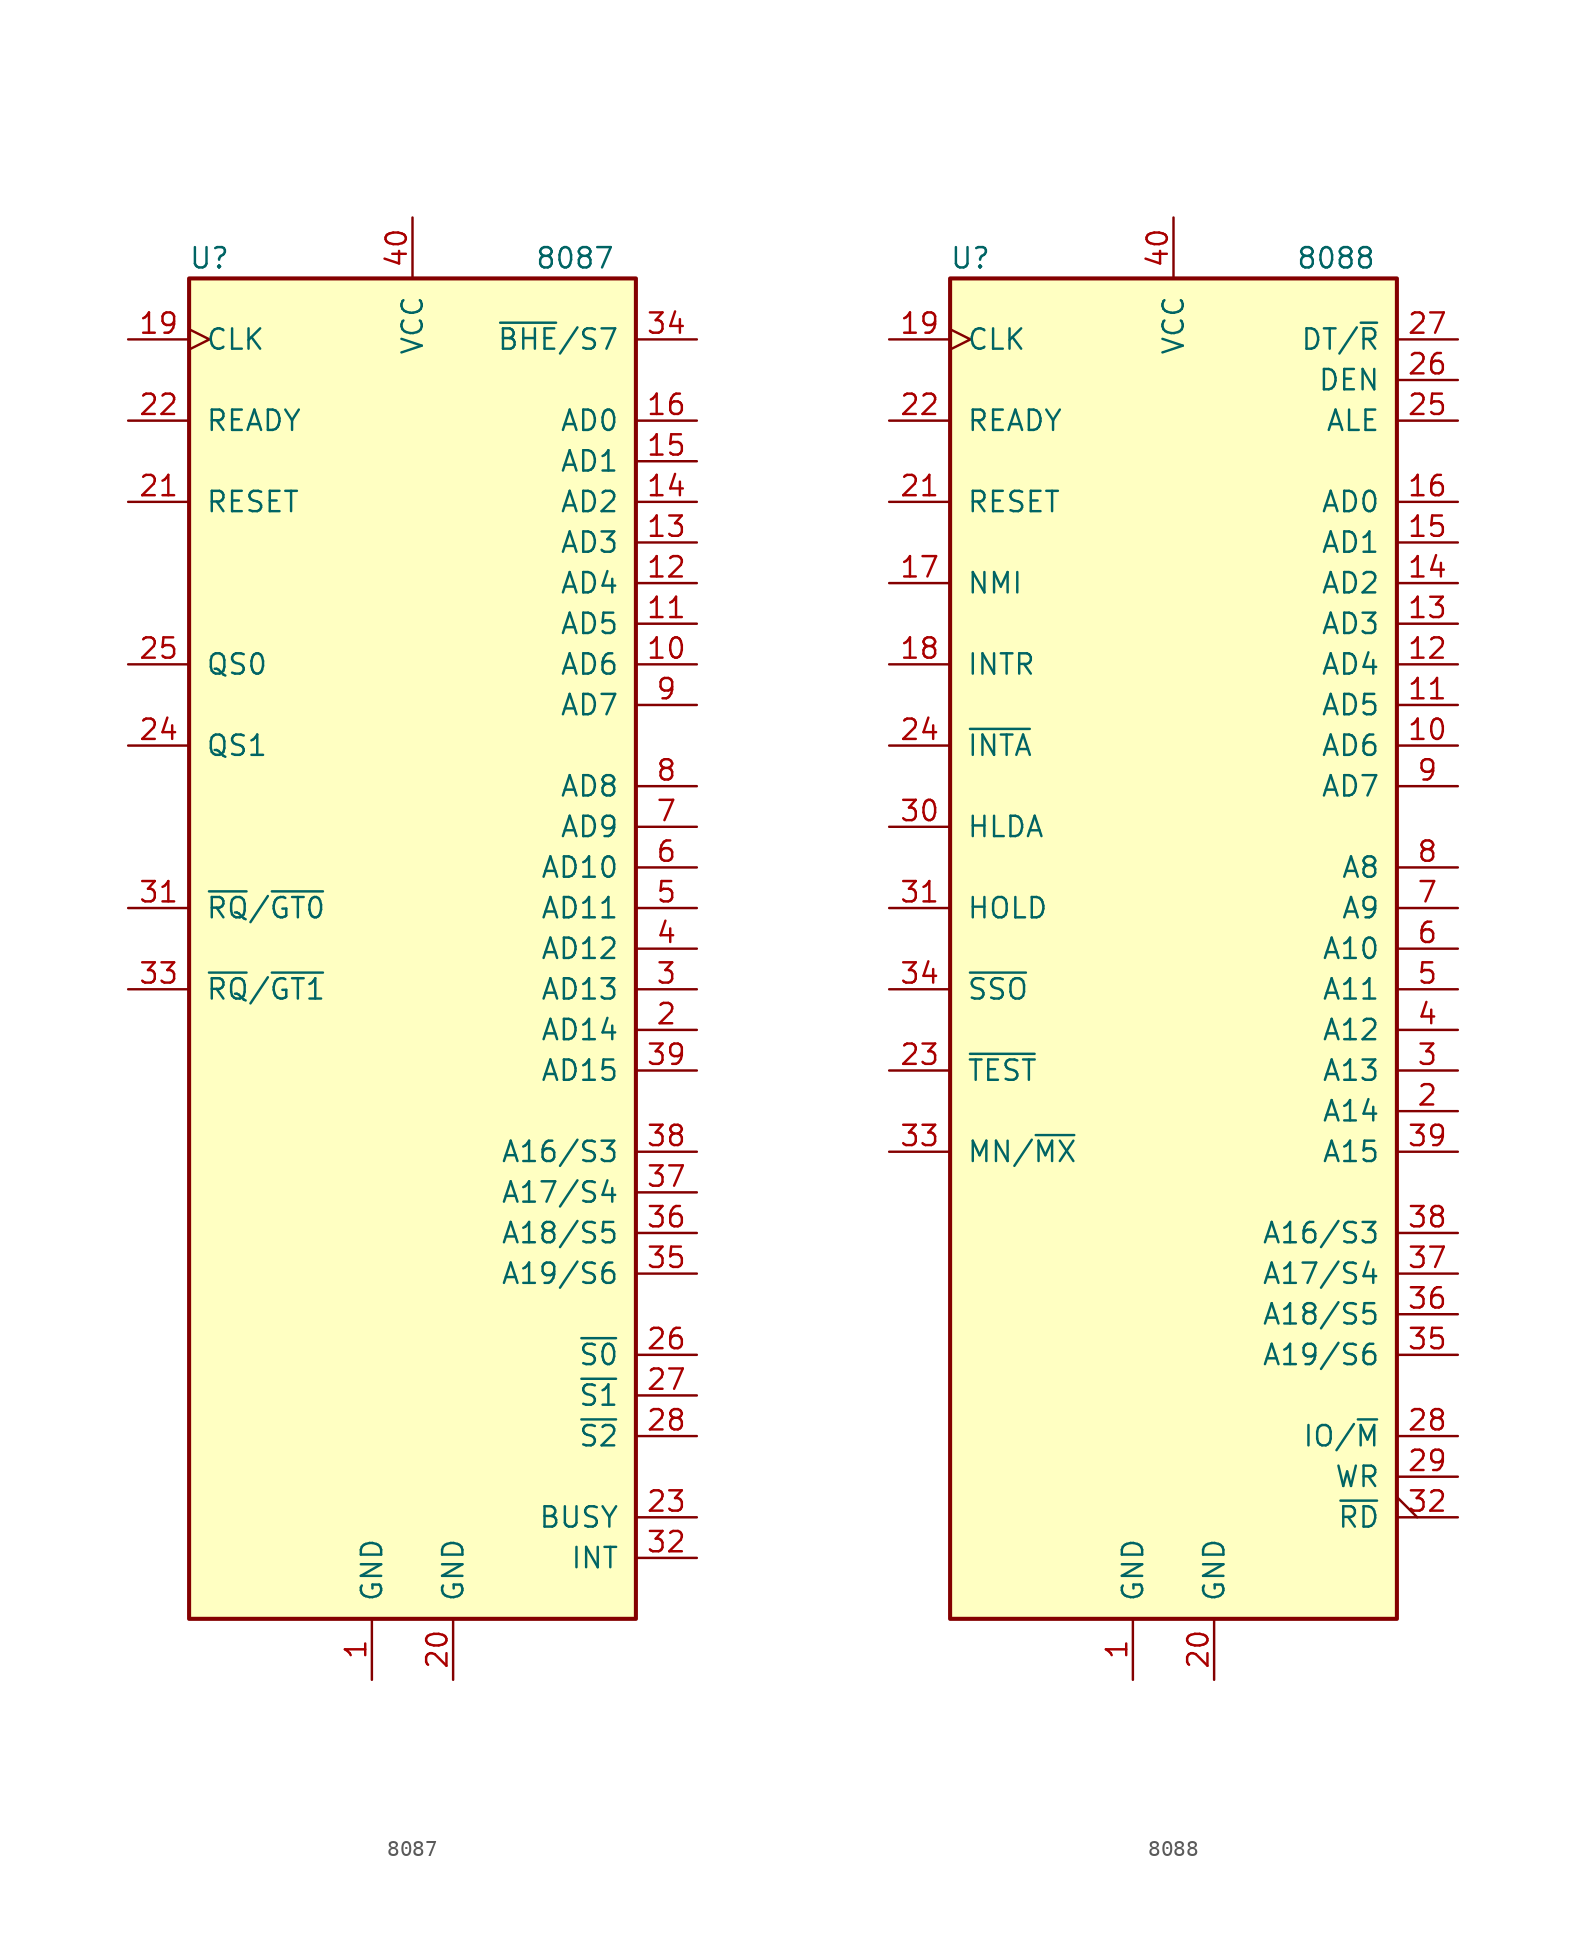
<source format=kicad_sym>
(kicad_symbol_lib
  (version 20241209)
  (generator "kicad_symbol_editor")
  (generator_version "9.0")
  (symbol "8087"
    (pin_names
      (offset 1.016))
    (property "Reference" "U"
      (at -12.7 43.18 0)
      (effects (font (size 1.27 1.27))))
    (property "Value" "8087"
      (at 10.16 43.18 0)
      (effects (font (size 1.27 1.27))))
    (symbol "8087_0_1"
      (rectangle (start 13.97 -41.91) (end -13.97 41.91) (stroke (width 0.254) (type default)) (fill (type background))))
    (symbol "8087_1_1"
      (pin input clock (at -17.78 38.1 0) (length 3.81) (name "CLK" (effects (font (size 1.27 1.27)))) (number "19" (effects (font (size 1.27 1.27)))))
      (pin input line (at -17.78 33.02 0) (length 3.81) (name "READY" (effects (font (size 1.27 1.27)))) (number "22" (effects (font (size 1.27 1.27)))))
      (pin input line (at -17.78 27.94 0) (length 3.81) (name "RESET" (effects (font (size 1.27 1.27)))) (number "21" (effects (font (size 1.27 1.27)))))
      (pin input line (at -17.78 17.78 0) (length 3.81) (name "QS0" (effects (font (size 1.27 1.27)))) (number "25" (effects (font (size 1.27 1.27)))))
      (pin input line (at -17.78 12.7 0) (length 3.81) (name "QS1" (effects (font (size 1.27 1.27)))) (number "24" (effects (font (size 1.27 1.27)))))
      (pin bidirectional line (at -17.78 2.54 0) (length 3.81) (name "~{RQ}/~{GT0}" (effects (font (size 1.27 1.27)))) (number "31" (effects (font (size 1.27 1.27)))))
      (pin bidirectional line (at -17.78 -2.54 0) (length 3.81) (name "~{RQ}/~{GT1}" (effects (font (size 1.27 1.27)))) (number "33" (effects (font (size 1.27 1.27)))))
      (pin no_connect line (at -13.97 -30.48 0) (length 3.81) (hide yes) (name "NC" (effects (font (size 1.27 1.27)))) (number "17" (effects (font (size 1.27 1.27)))))
      (pin no_connect line (at -13.97 -33.02 0) (length 3.81) (hide yes) (name "NC" (effects (font (size 1.27 1.27)))) (number "18" (effects (font (size 1.27 1.27)))))
      (pin no_connect line (at -13.97 -35.56 0) (length 3.81) (hide yes) (name "NC" (effects (font (size 1.27 1.27)))) (number "29" (effects (font (size 1.27 1.27)))))
      (pin no_connect line (at -13.97 -38.1 0) (length 3.81) (hide yes) (name "NC" (effects (font (size 1.27 1.27)))) (number "30" (effects (font (size 1.27 1.27)))))
      (pin power_in line (at -2.54 -45.72 90) (length 3.81) (name "GND" (effects (font (size 1.27 1.27)))) (number "1" (effects (font (size 1.27 1.27)))))
      (pin power_in line (at 0 45.72 270) (length 3.81) (name "VCC" (effects (font (size 1.27 1.27)))) (number "40" (effects (font (size 1.27 1.27)))))
      (pin power_in line (at 2.54 -45.72 90) (length 3.81) (name "GND" (effects (font (size 1.27 1.27)))) (number "20" (effects (font (size 1.27 1.27)))))
      (pin bidirectional line (at 17.78 38.1 180) (length 3.81) (name "~{BHE}/S7" (effects (font (size 1.27 1.27)))) (number "34" (effects (font (size 1.27 1.27)))))
      (pin bidirectional line (at 17.78 33.02 180) (length 3.81) (name "AD0" (effects (font (size 1.27 1.27)))) (number "16" (effects (font (size 1.27 1.27)))))
      (pin bidirectional line (at 17.78 30.48 180) (length 3.81) (name "AD1" (effects (font (size 1.27 1.27)))) (number "15" (effects (font (size 1.27 1.27)))))
      (pin bidirectional line (at 17.78 27.94 180) (length 3.81) (name "AD2" (effects (font (size 1.27 1.27)))) (number "14" (effects (font (size 1.27 1.27)))))
      (pin bidirectional line (at 17.78 25.4 180) (length 3.81) (name "AD3" (effects (font (size 1.27 1.27)))) (number "13" (effects (font (size 1.27 1.27)))))
      (pin bidirectional line (at 17.78 22.86 180) (length 3.81) (name "AD4" (effects (font (size 1.27 1.27)))) (number "12" (effects (font (size 1.27 1.27)))))
      (pin bidirectional line (at 17.78 20.32 180) (length 3.81) (name "AD5" (effects (font (size 1.27 1.27)))) (number "11" (effects (font (size 1.27 1.27)))))
      (pin bidirectional line (at 17.78 17.78 180) (length 3.81) (name "AD6" (effects (font (size 1.27 1.27)))) (number "10" (effects (font (size 1.27 1.27)))))
      (pin bidirectional line (at 17.78 15.24 180) (length 3.81) (name "AD7" (effects (font (size 1.27 1.27)))) (number "9" (effects (font (size 1.27 1.27)))))
      (pin bidirectional line (at 17.78 10.16 180) (length 3.81) (name "AD8" (effects (font (size 1.27 1.27)))) (number "8" (effects (font (size 1.27 1.27)))))
      (pin bidirectional line (at 17.78 7.62 180) (length 3.81) (name "AD9" (effects (font (size 1.27 1.27)))) (number "7" (effects (font (size 1.27 1.27)))))
      (pin bidirectional line (at 17.78 5.08 180) (length 3.81) (name "AD10" (effects (font (size 1.27 1.27)))) (number "6" (effects (font (size 1.27 1.27)))))
      (pin bidirectional line (at 17.78 2.54 180) (length 3.81) (name "AD11" (effects (font (size 1.27 1.27)))) (number "5" (effects (font (size 1.27 1.27)))))
      (pin bidirectional line (at 17.78 0 180) (length 3.81) (name "AD12" (effects (font (size 1.27 1.27)))) (number "4" (effects (font (size 1.27 1.27)))))
      (pin bidirectional line (at 17.78 -2.54 180) (length 3.81) (name "AD13" (effects (font (size 1.27 1.27)))) (number "3" (effects (font (size 1.27 1.27)))))
      (pin bidirectional line (at 17.78 -5.08 180) (length 3.81) (name "AD14" (effects (font (size 1.27 1.27)))) (number "2" (effects (font (size 1.27 1.27)))))
      (pin bidirectional line (at 17.78 -7.62 180) (length 3.81) (name "AD15" (effects (font (size 1.27 1.27)))) (number "39" (effects (font (size 1.27 1.27)))))
      (pin bidirectional line (at 17.78 -12.7 180) (length 3.81) (name "A16/S3" (effects (font (size 1.27 1.27)))) (number "38" (effects (font (size 1.27 1.27)))))
      (pin bidirectional line (at 17.78 -15.24 180) (length 3.81) (name "A17/S4" (effects (font (size 1.27 1.27)))) (number "37" (effects (font (size 1.27 1.27)))))
      (pin bidirectional line (at 17.78 -17.78 180) (length 3.81) (name "A18/S5" (effects (font (size 1.27 1.27)))) (number "36" (effects (font (size 1.27 1.27)))))
      (pin bidirectional line (at 17.78 -20.32 180) (length 3.81) (name "A19/S6" (effects (font (size 1.27 1.27)))) (number "35" (effects (font (size 1.27 1.27)))))
      (pin bidirectional line (at 17.78 -25.4 180) (length 3.81) (name "~{S0}" (effects (font (size 1.27 1.27)))) (number "26" (effects (font (size 1.27 1.27)))))
      (pin bidirectional line (at 17.78 -27.94 180) (length 3.81) (name "~{S1}" (effects (font (size 1.27 1.27)))) (number "27" (effects (font (size 1.27 1.27)))))
      (pin bidirectional line (at 17.78 -30.48 180) (length 3.81) (name "~{S2}" (effects (font (size 1.27 1.27)))) (number "28" (effects (font (size 1.27 1.27)))))
      (pin output line (at 17.78 -35.56 180) (length 3.81) (name "BUSY" (effects (font (size 1.27 1.27)))) (number "23" (effects (font (size 1.27 1.27)))))
      (pin output line (at 17.78 -38.1 180) (length 3.81) (name "INT" (effects (font (size 1.27 1.27)))) (number "32" (effects (font (size 1.27 1.27)))))))
  (symbol "8088"
    (pin_names
      (offset 1.016))
    (property "Reference" "U"
      (at -12.7 43.18 0)
      (effects (font (size 1.27 1.27))))
    (property "Value" "8088"
      (at 10.16 43.18 0)
      (effects (font (size 1.27 1.27))))
    (symbol "8088_0_1"
      (rectangle (start 13.97 -41.91) (end -13.97 41.91) (stroke (width 0.254) (type default)) (fill (type background))))
    (symbol "8088_1_1"
      (pin input clock (at -17.78 38.1 0) (length 3.81) (name "CLK" (effects (font (size 1.27 1.27)))) (number "19" (effects (font (size 1.27 1.27)))))
      (pin input line (at -17.78 33.02 0) (length 3.81) (name "READY" (effects (font (size 1.27 1.27)))) (number "22" (effects (font (size 1.27 1.27)))))
      (pin input line (at -17.78 27.94 0) (length 3.81) (name "RESET" (effects (font (size 1.27 1.27)))) (number "21" (effects (font (size 1.27 1.27)))))
      (pin input line (at -17.78 22.86 0) (length 3.81) (name "NMI" (effects (font (size 1.27 1.27)))) (number "17" (effects (font (size 1.27 1.27)))))
      (pin input line (at -17.78 17.78 0) (length 3.81) (name "INTR" (effects (font (size 1.27 1.27)))) (number "18" (effects (font (size 1.27 1.27)))))
      (pin output line (at -17.78 12.7 0) (length 3.81) (name "~{INTA}" (effects (font (size 1.27 1.27)))) (number "24" (effects (font (size 1.27 1.27)))))
      (pin output line (at -17.78 7.62 0) (length 3.81) (name "HLDA" (effects (font (size 1.27 1.27)))) (number "30" (effects (font (size 1.27 1.27)))))
      (pin input line (at -17.78 2.54 0) (length 3.81) (name "HOLD" (effects (font (size 1.27 1.27)))) (number "31" (effects (font (size 1.27 1.27)))))
      (pin output line (at -17.78 -2.54 0) (length 3.81) (name "~{SSO}" (effects (font (size 1.27 1.27)))) (number "34" (effects (font (size 1.27 1.27)))))
      (pin input line (at -17.78 -7.62 0) (length 3.81) (name "~{TEST}" (effects (font (size 1.27 1.27)))) (number "23" (effects (font (size 1.27 1.27)))))
      (pin input line (at -17.78 -12.7 0) (length 3.81) (name "MN/~{MX}" (effects (font (size 1.27 1.27)))) (number "33" (effects (font (size 1.27 1.27)))))
      (pin power_in line (at -2.54 -45.72 90) (length 3.81) (name "GND" (effects (font (size 1.27 1.27)))) (number "1" (effects (font (size 1.27 1.27)))))
      (pin power_in line (at 0 45.72 270) (length 3.81) (name "VCC" (effects (font (size 1.27 1.27)))) (number "40" (effects (font (size 1.27 1.27)))))
      (pin power_in line (at 2.54 -45.72 90) (length 3.81) (name "GND" (effects (font (size 1.27 1.27)))) (number "20" (effects (font (size 1.27 1.27)))))
      (pin output line (at 17.78 38.1 180) (length 3.81) (name "DT/~{R}" (effects (font (size 1.27 1.27)))) (number "27" (effects (font (size 1.27 1.27)))))
      (pin output line (at 17.78 35.56 180) (length 3.81) (name "DEN" (effects (font (size 1.27 1.27)))) (number "26" (effects (font (size 1.27 1.27)))))
      (pin output line (at 17.78 33.02 180) (length 3.81) (name "ALE" (effects (font (size 1.27 1.27)))) (number "25" (effects (font (size 1.27 1.27)))))
      (pin bidirectional line (at 17.78 27.94 180) (length 3.81) (name "AD0" (effects (font (size 1.27 1.27)))) (number "16" (effects (font (size 1.27 1.27)))))
      (pin bidirectional line (at 17.78 25.4 180) (length 3.81) (name "AD1" (effects (font (size 1.27 1.27)))) (number "15" (effects (font (size 1.27 1.27)))))
      (pin bidirectional line (at 17.78 22.86 180) (length 3.81) (name "AD2" (effects (font (size 1.27 1.27)))) (number "14" (effects (font (size 1.27 1.27)))))
      (pin bidirectional line (at 17.78 20.32 180) (length 3.81) (name "AD3" (effects (font (size 1.27 1.27)))) (number "13" (effects (font (size 1.27 1.27)))))
      (pin bidirectional line (at 17.78 17.78 180) (length 3.81) (name "AD4" (effects (font (size 1.27 1.27)))) (number "12" (effects (font (size 1.27 1.27)))))
      (pin bidirectional line (at 17.78 15.24 180) (length 3.81) (name "AD5" (effects (font (size 1.27 1.27)))) (number "11" (effects (font (size 1.27 1.27)))))
      (pin bidirectional line (at 17.78 12.7 180) (length 3.81) (name "AD6" (effects (font (size 1.27 1.27)))) (number "10" (effects (font (size 1.27 1.27)))))
      (pin bidirectional line (at 17.78 10.16 180) (length 3.81) (name "AD7" (effects (font (size 1.27 1.27)))) (number "9" (effects (font (size 1.27 1.27)))))
      (pin output line (at 17.78 5.08 180) (length 3.81) (name "A8" (effects (font (size 1.27 1.27)))) (number "8" (effects (font (size 1.27 1.27)))))
      (pin output line (at 17.78 2.54 180) (length 3.81) (name "A9" (effects (font (size 1.27 1.27)))) (number "7" (effects (font (size 1.27 1.27)))))
      (pin output line (at 17.78 0 180) (length 3.81) (name "A10" (effects (font (size 1.27 1.27)))) (number "6" (effects (font (size 1.27 1.27)))))
      (pin output line (at 17.78 -2.54 180) (length 3.81) (name "A11" (effects (font (size 1.27 1.27)))) (number "5" (effects (font (size 1.27 1.27)))))
      (pin output line (at 17.78 -5.08 180) (length 3.81) (name "A12" (effects (font (size 1.27 1.27)))) (number "4" (effects (font (size 1.27 1.27)))))
      (pin output line (at 17.78 -7.62 180) (length 3.81) (name "A13" (effects (font (size 1.27 1.27)))) (number "3" (effects (font (size 1.27 1.27)))))
      (pin output line (at 17.78 -10.16 180) (length 3.81) (name "A14" (effects (font (size 1.27 1.27)))) (number "2" (effects (font (size 1.27 1.27)))))
      (pin output line (at 17.78 -12.7 180) (length 3.81) (name "A15" (effects (font (size 1.27 1.27)))) (number "39" (effects (font (size 1.27 1.27)))))
      (pin output line (at 17.78 -17.78 180) (length 3.81) (name "A16/S3" (effects (font (size 1.27 1.27)))) (number "38" (effects (font (size 1.27 1.27)))))
      (pin output line (at 17.78 -20.32 180) (length 3.81) (name "A17/S4" (effects (font (size 1.27 1.27)))) (number "37" (effects (font (size 1.27 1.27)))))
      (pin output line (at 17.78 -22.86 180) (length 3.81) (name "A18/S5" (effects (font (size 1.27 1.27)))) (number "36" (effects (font (size 1.27 1.27)))))
      (pin output line (at 17.78 -25.4 180) (length 3.81) (name "A19/S6" (effects (font (size 1.27 1.27)))) (number "35" (effects (font (size 1.27 1.27)))))
      (pin output line (at 17.78 -30.48 180) (length 3.81) (name "IO/~{M}" (effects (font (size 1.27 1.27)))) (number "28" (effects (font (size 1.27 1.27)))))
      (pin output line (at 17.78 -33.02 180) (length 3.81) (name "WR" (effects (font (size 1.27 1.27)))) (number "29" (effects (font (size 1.27 1.27)))))
      (pin output output_low (at 17.78 -35.56 180) (length 3.81) (name "~{RD}" (effects (font (size 1.27 1.27)))) (number "32" (effects (font (size 1.27 1.27))))))))
</source>
